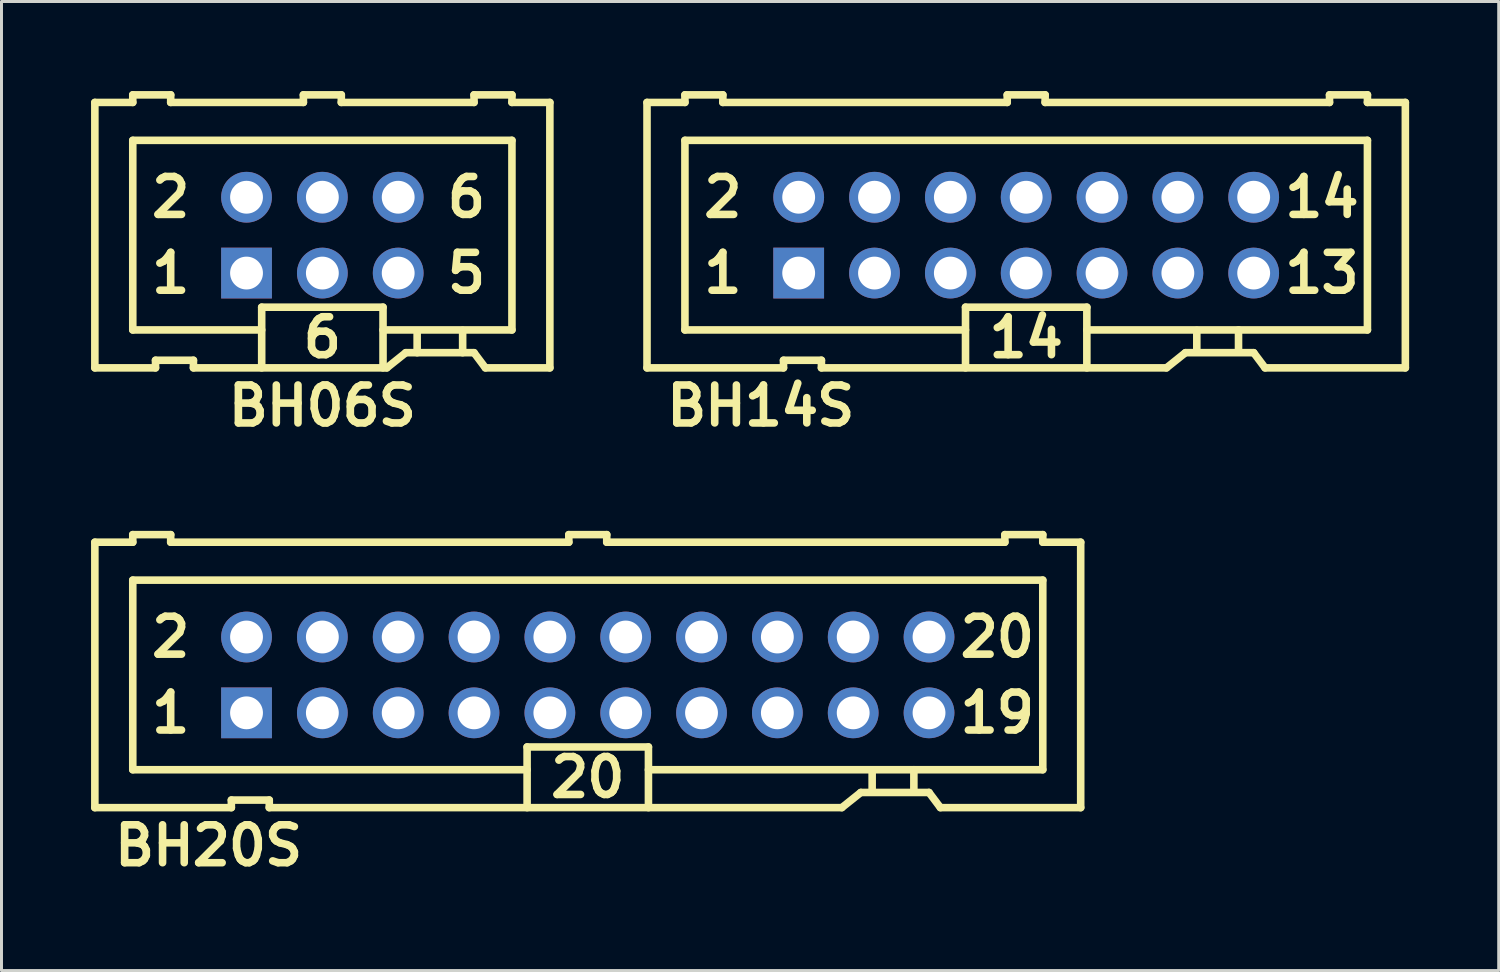
<source format=kicad_pcb>
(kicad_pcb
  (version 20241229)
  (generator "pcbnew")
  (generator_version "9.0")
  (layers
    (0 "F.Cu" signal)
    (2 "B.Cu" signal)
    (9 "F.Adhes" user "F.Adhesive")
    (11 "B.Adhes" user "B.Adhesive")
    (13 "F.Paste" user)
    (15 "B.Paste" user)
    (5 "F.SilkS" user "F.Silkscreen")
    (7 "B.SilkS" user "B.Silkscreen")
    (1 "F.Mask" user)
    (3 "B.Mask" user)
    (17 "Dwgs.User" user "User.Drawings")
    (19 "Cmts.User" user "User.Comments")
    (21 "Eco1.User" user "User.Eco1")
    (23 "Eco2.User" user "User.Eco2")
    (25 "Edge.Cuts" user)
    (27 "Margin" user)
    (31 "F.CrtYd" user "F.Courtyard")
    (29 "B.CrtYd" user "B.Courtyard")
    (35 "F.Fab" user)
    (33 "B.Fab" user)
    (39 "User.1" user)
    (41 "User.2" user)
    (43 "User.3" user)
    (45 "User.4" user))
  (footprint "BH14S"
    (layer "F.Cu")
    (at 31.321 4.826)
    (property "Reference" "BH14S" (at -8.89 5.715 0) (layer "F.SilkS") (effects (font (size 1.27 1.27) (thickness 0.254))))
    (attr through_hole)
    (fp_line (start -12.7 -4.445) (end -12.7 4.445) (stroke (width 0.254) (type solid)) (layer "F.SilkS"))
    (fp_line (start -12.7 -4.445) (end -11.43 -4.445) (stroke (width 0.254) (type solid)) (layer "F.SilkS"))
    (fp_line (start -12.7 4.445) (end -8.128 4.445) (stroke (width 0.254) (type solid)) (layer "F.SilkS"))
    (fp_line (start -11.43 -4.699) (end -11.43 -4.445) (stroke (width 0.254) (type solid)) (layer "F.SilkS"))
    (fp_line (start -11.43 -3.175) (end -11.43 3.175) (stroke (width 0.254) (type solid)) (layer "F.SilkS"))
    (fp_line (start -11.43 -3.175) (end 11.43 -3.175) (stroke (width 0.254) (type solid)) (layer "F.SilkS"))
    (fp_line (start -10.16 -4.699) (end -11.43 -4.699) (stroke (width 0.254) (type solid)) (layer "F.SilkS"))
    (fp_line (start -10.16 -4.699) (end -10.16 -4.445) (stroke (width 0.254) (type solid)) (layer "F.SilkS"))
    (fp_line (start -8.128 4.191) (end -8.128 4.445) (stroke (width 0.254) (type solid)) (layer "F.SilkS"))
    (fp_line (start -8.128 4.191) (end -6.858 4.191) (stroke (width 0.254) (type solid)) (layer "F.SilkS"))
    (fp_line (start -6.858 4.191) (end -6.858 4.445) (stroke (width 0.254) (type solid)) (layer "F.SilkS"))
    (fp_line (start -6.858 4.445) (end 4.699 4.445) (stroke (width 0.254) (type solid)) (layer "F.SilkS"))
    (fp_line (start -2.032 2.413) (end 2.032 2.413) (stroke (width 0.254) (type solid)) (layer "F.SilkS"))
    (fp_line (start -2.032 3.175) (end -11.43 3.175) (stroke (width 0.254) (type solid)) (layer "F.SilkS"))
    (fp_line (start -2.032 4.445) (end -2.032 2.413) (stroke (width 0.254) (type solid)) (layer "F.SilkS"))
    (fp_line (start -0.635 -4.699) (end -0.635 -4.445) (stroke (width 0.254) (type solid)) (layer "F.SilkS"))
    (fp_line (start -0.635 -4.445) (end -10.16 -4.445) (stroke (width 0.254) (type solid)) (layer "F.SilkS"))
    (fp_line (start 0.635 -4.699) (end -0.635 -4.699) (stroke (width 0.254) (type solid)) (layer "F.SilkS"))
    (fp_line (start 0.635 -4.699) (end 0.635 -4.445) (stroke (width 0.254) (type solid)) (layer "F.SilkS"))
    (fp_line (start 2.032 2.413) (end 2.032 4.445) (stroke (width 0.254) (type solid)) (layer "F.SilkS"))
    (fp_line (start 2.032 3.175) (end 11.43 3.175) (stroke (width 0.254) (type solid)) (layer "F.SilkS"))
    (fp_line (start 4.699 4.445) (end 5.334 3.937) (stroke (width 0.254) (type solid)) (layer "F.SilkS"))
    (fp_line (start 5.334 3.937) (end 7.62 3.937) (stroke (width 0.254) (type solid)) (layer "F.SilkS"))
    (fp_line (start 5.715 3.188) (end 5.715 3.835) (stroke (width 0.254) (type solid)) (layer "F.SilkS"))
    (fp_line (start 7.112 3.175) (end 7.112 3.835) (stroke (width 0.254) (type solid)) (layer "F.SilkS"))
    (fp_line (start 7.62 3.937) (end 8.001 4.445) (stroke (width 0.254) (type solid)) (layer "F.SilkS"))
    (fp_line (start 8.001 4.445) (end 12.7 4.445) (stroke (width 0.254) (type solid)) (layer "F.SilkS"))
    (fp_line (start 10.16 -4.699) (end 10.16 -4.445) (stroke (width 0.254) (type solid)) (layer "F.SilkS"))
    (fp_line (start 10.16 -4.445) (end 0.635 -4.445) (stroke (width 0.254) (type solid)) (layer "F.SilkS"))
    (fp_line (start 11.43 -4.699) (end 10.16 -4.699) (stroke (width 0.254) (type solid)) (layer "F.SilkS"))
    (fp_line (start 11.43 -4.699) (end 11.43 -4.445) (stroke (width 0.254) (type solid)) (layer "F.SilkS"))
    (fp_line (start 11.43 -3.175) (end 11.43 3.175) (stroke (width 0.254) (type solid)) (layer "F.SilkS"))
    (fp_line (start 12.7 -4.445) (end 11.43 -4.445) (stroke (width 0.254) (type solid)) (layer "F.SilkS"))
    (fp_line (start 12.7 -4.445) (end 12.7 4.445) (stroke (width 0.254) (type solid)) (layer "F.SilkS"))
    (fp_text user "14" (at 9.906 -1.27 0) (layer "F.SilkS") (effects (font (size 1.27 1.27) (thickness 0.254))))
    (fp_text user "1" (at -10.16 1.27 0) (layer "F.SilkS") (effects (font (size 1.27 1.27) (thickness 0.254))))
    (fp_text user "13" (at 9.906 1.27 0) (layer "F.SilkS") (effects (font (size 1.27 1.27) (thickness 0.254))))
    (fp_text user "14" (at 0 3.429 0) (layer "F.SilkS") (effects (font (size 1.27 1.27) (thickness 0.254))))
    (fp_text user "2" (at -10.16 -1.27 0) (layer "F.SilkS") (effects (font (size 1.27 1.27) (thickness 0.254))))
    (pad "1" thru_hole rect (at -7.62 1.27) (size 1.7 1.7) (drill 1.1) (layers "*.Cu" "*.Mask"))
    (pad "2" thru_hole circle (at -7.62 -1.27) (size 1.7 1.7) (drill 1.1) (layers "*.Cu" "*.Mask"))
    (pad "3" thru_hole circle (at -5.08 1.27) (size 1.7 1.7) (drill 1.1) (layers "*.Cu" "*.Mask"))
    (pad "4" thru_hole circle (at -5.08 -1.27) (size 1.7 1.7) (drill 1.1) (layers "*.Cu" "*.Mask"))
    (pad "5" thru_hole circle (at -2.54 1.27) (size 1.7 1.7) (drill 1.1) (layers "*.Cu" "*.Mask"))
    (pad "6" thru_hole circle (at -2.54 -1.27) (size 1.7 1.7) (drill 1.1) (layers "*.Cu" "*.Mask"))
    (pad "7" thru_hole circle (at 0 1.27) (size 1.7 1.7) (drill 1.1) (layers "*.Cu" "*.Mask"))
    (pad "8" thru_hole circle (at 0 -1.27) (size 1.7 1.7) (drill 1.1) (layers "*.Cu" "*.Mask"))
    (pad "9" thru_hole circle (at 2.54 1.27) (size 1.7 1.7) (drill 1.1) (layers "*.Cu" "*.Mask"))
    (pad "10" thru_hole circle (at 2.54 -1.27) (size 1.7 1.7) (drill 1.1) (layers "*.Cu" "*.Mask"))
    (pad "11" thru_hole circle (at 5.08 1.27) (size 1.7 1.7) (drill 1.1) (layers "*.Cu" "*.Mask"))
    (pad "12" thru_hole circle (at 5.08 -1.27) (size 1.7 1.7) (drill 1.1) (layers "*.Cu" "*.Mask"))
    (pad "13" thru_hole circle (at 7.62 1.27) (size 1.7 1.7) (drill 1.1) (layers "*.Cu" "*.Mask"))
    (pad "14" thru_hole circle (at 7.62 -1.27) (size 1.7 1.7) (drill 1.1) (layers "*.Cu" "*.Mask")))
  (footprint "BH20S"
    (layer "F.Cu")
    (at 16.637 19.556)
    (property "Reference" "BH20S" (at -12.7 5.715 0) (layer "F.SilkS") (effects (font (size 1.27 1.27) (thickness 0.254))))
    (attr through_hole)
    (fp_line (start -16.51 -4.445) (end -16.51 4.445) (stroke (width 0.254) (type solid)) (layer "F.SilkS"))
    (fp_line (start -16.51 -4.445) (end -15.24 -4.445) (stroke (width 0.254) (type solid)) (layer "F.SilkS"))
    (fp_line (start -16.51 4.445) (end -11.938 4.445) (stroke (width 0.254) (type solid)) (layer "F.SilkS"))
    (fp_line (start -15.24 -4.699) (end -15.24 -4.445) (stroke (width 0.254) (type solid)) (layer "F.SilkS"))
    (fp_line (start -15.24 -3.175) (end -15.24 3.175) (stroke (width 0.254) (type solid)) (layer "F.SilkS"))
    (fp_line (start -15.24 -3.175) (end 15.24 -3.175) (stroke (width 0.254) (type solid)) (layer "F.SilkS"))
    (fp_line (start -13.97 -4.699) (end -15.24 -4.699) (stroke (width 0.254) (type solid)) (layer "F.SilkS"))
    (fp_line (start -13.97 -4.699) (end -13.97 -4.445) (stroke (width 0.254) (type solid)) (layer "F.SilkS"))
    (fp_line (start -11.938 4.191) (end -11.938 4.445) (stroke (width 0.254) (type solid)) (layer "F.SilkS"))
    (fp_line (start -11.938 4.191) (end -10.668 4.191) (stroke (width 0.254) (type solid)) (layer "F.SilkS"))
    (fp_line (start -10.668 4.191) (end -10.668 4.445) (stroke (width 0.254) (type solid)) (layer "F.SilkS"))
    (fp_line (start -10.668 4.445) (end 8.509 4.445) (stroke (width 0.254) (type solid)) (layer "F.SilkS"))
    (fp_line (start -2.032 2.413) (end 2.032 2.413) (stroke (width 0.254) (type solid)) (layer "F.SilkS"))
    (fp_line (start -2.032 3.175) (end -15.24 3.175) (stroke (width 0.254) (type solid)) (layer "F.SilkS"))
    (fp_line (start -2.032 4.445) (end -2.032 2.413) (stroke (width 0.254) (type solid)) (layer "F.SilkS"))
    (fp_line (start -0.635 -4.699) (end -0.635 -4.445) (stroke (width 0.254) (type solid)) (layer "F.SilkS"))
    (fp_line (start -0.635 -4.445) (end -13.97 -4.445) (stroke (width 0.254) (type solid)) (layer "F.SilkS"))
    (fp_line (start 0.635 -4.699) (end -0.635 -4.699) (stroke (width 0.254) (type solid)) (layer "F.SilkS"))
    (fp_line (start 0.635 -4.699) (end 0.635 -4.445) (stroke (width 0.254) (type solid)) (layer "F.SilkS"))
    (fp_line (start 2.032 2.413) (end 2.032 4.445) (stroke (width 0.254) (type solid)) (layer "F.SilkS"))
    (fp_line (start 2.032 3.175) (end 15.24 3.175) (stroke (width 0.254) (type solid)) (layer "F.SilkS"))
    (fp_line (start 8.509 4.445) (end 9.144 3.937) (stroke (width 0.254) (type solid)) (layer "F.SilkS"))
    (fp_line (start 9.144 3.937) (end 11.43 3.937) (stroke (width 0.254) (type solid)) (layer "F.SilkS"))
    (fp_line (start 9.525 3.188) (end 9.525 3.835) (stroke (width 0.254) (type solid)) (layer "F.SilkS"))
    (fp_line (start 10.922 3.175) (end 10.922 3.835) (stroke (width 0.254) (type solid)) (layer "F.SilkS"))
    (fp_line (start 11.43 3.937) (end 11.811 4.445) (stroke (width 0.254) (type solid)) (layer "F.SilkS"))
    (fp_line (start 11.811 4.445) (end 16.51 4.445) (stroke (width 0.254) (type solid)) (layer "F.SilkS"))
    (fp_line (start 13.97 -4.699) (end 13.97 -4.445) (stroke (width 0.254) (type solid)) (layer "F.SilkS"))
    (fp_line (start 13.97 -4.445) (end 0.635 -4.445) (stroke (width 0.254) (type solid)) (layer "F.SilkS"))
    (fp_line (start 15.24 -4.699) (end 13.97 -4.699) (stroke (width 0.254) (type solid)) (layer "F.SilkS"))
    (fp_line (start 15.24 -4.699) (end 15.24 -4.445) (stroke (width 0.254) (type solid)) (layer "F.SilkS"))
    (fp_line (start 15.24 -3.175) (end 15.24 3.175) (stroke (width 0.254) (type solid)) (layer "F.SilkS"))
    (fp_line (start 16.51 -4.445) (end 15.24 -4.445) (stroke (width 0.254) (type solid)) (layer "F.SilkS"))
    (fp_line (start 16.51 -4.445) (end 16.51 4.445) (stroke (width 0.254) (type solid)) (layer "F.SilkS"))
    (fp_text user "1" (at -13.97 1.27 0) (layer "F.SilkS") (effects (font (size 1.27 1.27) (thickness 0.254))))
    (fp_text user "2" (at -13.97 -1.27 0) (layer "F.SilkS") (effects (font (size 1.27 1.27) (thickness 0.254))))
    (fp_text user "19" (at 13.716 1.27 0) (layer "F.SilkS") (effects (font (size 1.27 1.27) (thickness 0.254))))
    (fp_text user "20" (at 13.716 -1.27 0) (layer "F.SilkS") (effects (font (size 1.27 1.27) (thickness 0.254))))
    (fp_text user "20" (at 0 3.429 0) (layer "F.SilkS") (effects (font (size 1.27 1.27) (thickness 0.254))))
    (pad "1" thru_hole rect (at -11.43 1.27) (size 1.7 1.7) (drill 1.1) (layers "*.Cu" "*.Mask"))
    (pad "2" thru_hole circle (at -11.43 -1.27) (size 1.7 1.7) (drill 1.1) (layers "*.Cu" "*.Mask"))
    (pad "3" thru_hole circle (at -8.89 1.27) (size 1.7 1.7) (drill 1.1) (layers "*.Cu" "*.Mask"))
    (pad "4" thru_hole circle (at -8.89 -1.27) (size 1.7 1.7) (drill 1.1) (layers "*.Cu" "*.Mask"))
    (pad "5" thru_hole circle (at -6.35 1.27) (size 1.7 1.7) (drill 1.1) (layers "*.Cu" "*.Mask"))
    (pad "6" thru_hole circle (at -6.35 -1.27) (size 1.7 1.7) (drill 1.1) (layers "*.Cu" "*.Mask"))
    (pad "7" thru_hole circle (at -3.81 1.27) (size 1.7 1.7) (drill 1.1) (layers "*.Cu" "*.Mask"))
    (pad "8" thru_hole circle (at -3.81 -1.27) (size 1.7 1.7) (drill 1.1) (layers "*.Cu" "*.Mask"))
    (pad "9" thru_hole circle (at -1.27 1.27) (size 1.7 1.7) (drill 1.1) (layers "*.Cu" "*.Mask"))
    (pad "10" thru_hole circle (at -1.27 -1.27) (size 1.7 1.7) (drill 1.1) (layers "*.Cu" "*.Mask"))
    (pad "11" thru_hole circle (at 1.27 1.27) (size 1.7 1.7) (drill 1.1) (layers "*.Cu" "*.Mask"))
    (pad "12" thru_hole circle (at 1.27 -1.27) (size 1.7 1.7) (drill 1.1) (layers "*.Cu" "*.Mask"))
    (pad "13" thru_hole circle (at 3.81 1.27) (size 1.7 1.7) (drill 1.1) (layers "*.Cu" "*.Mask"))
    (pad "14" thru_hole circle (at 3.81 -1.27) (size 1.7 1.7) (drill 1.1) (layers "*.Cu" "*.Mask"))
    (pad "15" thru_hole circle (at 6.35 1.27) (size 1.7 1.7) (drill 1.1) (layers "*.Cu" "*.Mask"))
    (pad "16" thru_hole circle (at 6.35 -1.27) (size 1.7 1.7) (drill 1.1) (layers "*.Cu" "*.Mask"))
    (pad "17" thru_hole circle (at 8.89 1.27) (size 1.7 1.7) (drill 1.1) (layers "*.Cu" "*.Mask"))
    (pad "18" thru_hole circle (at 8.89 -1.27) (size 1.7 1.7) (drill 1.1) (layers "*.Cu" "*.Mask"))
    (pad "19" thru_hole circle (at 11.43 1.27) (size 1.7 1.7) (drill 1.1) (layers "*.Cu" "*.Mask"))
    (pad "20" thru_hole circle (at 11.43 -1.27) (size 1.7 1.7) (drill 1.1) (layers "*.Cu" "*.Mask")))
  (footprint "BH06S"
    (layer "F.Cu")
    (at 7.747 4.826)
    (property "Reference" "BH06S" (at 0 5.715 0) (layer "F.SilkS") (effects (font (size 1.27 1.27) (thickness 0.254))))
    (attr through_hole)
    (fp_line (start -7.62 -4.445) (end -7.62 4.445) (stroke (width 0.254) (type solid)) (layer "F.SilkS"))
    (fp_line (start -7.62 -4.445) (end -6.35 -4.445) (stroke (width 0.254) (type solid)) (layer "F.SilkS"))
    (fp_line (start -7.62 4.445) (end -5.588 4.445) (stroke (width 0.254) (type solid)) (layer "F.SilkS"))
    (fp_line (start -6.35 -4.699) (end -6.35 -4.445) (stroke (width 0.254) (type solid)) (layer "F.SilkS"))
    (fp_line (start -6.35 -3.175) (end -6.35 3.175) (stroke (width 0.254) (type solid)) (layer "F.SilkS"))
    (fp_line (start -6.35 -3.175) (end 6.35 -3.175) (stroke (width 0.254) (type solid)) (layer "F.SilkS"))
    (fp_line (start -5.588 4.191) (end -5.588 4.445) (stroke (width 0.254) (type solid)) (layer "F.SilkS"))
    (fp_line (start -5.588 4.191) (end -4.318 4.191) (stroke (width 0.254) (type solid)) (layer "F.SilkS"))
    (fp_line (start -5.08 -4.699) (end -6.35 -4.699) (stroke (width 0.254) (type solid)) (layer "F.SilkS"))
    (fp_line (start -5.08 -4.699) (end -5.08 -4.445) (stroke (width 0.254) (type solid)) (layer "F.SilkS"))
    (fp_line (start -4.318 4.191) (end -4.318 4.445) (stroke (width 0.254) (type solid)) (layer "F.SilkS"))
    (fp_line (start -4.318 4.445) (end 2.159 4.445) (stroke (width 0.254) (type solid)) (layer "F.SilkS"))
    (fp_line (start -2.032 2.413) (end 2.032 2.413) (stroke (width 0.254) (type solid)) (layer "F.SilkS"))
    (fp_line (start -2.032 3.175) (end -6.35 3.175) (stroke (width 0.254) (type solid)) (layer "F.SilkS"))
    (fp_line (start -2.032 4.445) (end -2.032 2.413) (stroke (width 0.254) (type solid)) (layer "F.SilkS"))
    (fp_line (start -0.635 -4.699) (end -0.635 -4.445) (stroke (width 0.254) (type solid)) (layer "F.SilkS"))
    (fp_line (start -0.635 -4.445) (end -5.08 -4.445) (stroke (width 0.254) (type solid)) (layer "F.SilkS"))
    (fp_line (start 0.635 -4.699) (end -0.635 -4.699) (stroke (width 0.254) (type solid)) (layer "F.SilkS"))
    (fp_line (start 0.635 -4.699) (end 0.635 -4.445) (stroke (width 0.254) (type solid)) (layer "F.SilkS"))
    (fp_line (start 2.032 2.413) (end 2.032 4.445) (stroke (width 0.254) (type solid)) (layer "F.SilkS"))
    (fp_line (start 2.032 3.175) (end 6.35 3.175) (stroke (width 0.254) (type solid)) (layer "F.SilkS"))
    (fp_line (start 2.159 4.445) (end 2.794 3.937) (stroke (width 0.254) (type solid)) (layer "F.SilkS"))
    (fp_line (start 2.794 3.937) (end 5.08 3.937) (stroke (width 0.254) (type solid)) (layer "F.SilkS"))
    (fp_line (start 3.175 3.277) (end 3.175 3.937) (stroke (width 0.254) (type solid)) (layer "F.SilkS"))
    (fp_line (start 4.699 3.188) (end 4.699 3.937) (stroke (width 0.254) (type solid)) (layer "F.SilkS"))
    (fp_line (start 5.08 -4.699) (end 5.08 -4.445) (stroke (width 0.254) (type solid)) (layer "F.SilkS"))
    (fp_line (start 5.08 -4.445) (end 0.635 -4.445) (stroke (width 0.254) (type solid)) (layer "F.SilkS"))
    (fp_line (start 5.08 3.937) (end 5.461 4.445) (stroke (width 0.254) (type solid)) (layer "F.SilkS"))
    (fp_line (start 5.461 4.445) (end 7.62 4.445) (stroke (width 0.254) (type solid)) (layer "F.SilkS"))
    (fp_line (start 6.35 -4.699) (end 5.08 -4.699) (stroke (width 0.254) (type solid)) (layer "F.SilkS"))
    (fp_line (start 6.35 -4.699) (end 6.35 -4.445) (stroke (width 0.254) (type solid)) (layer "F.SilkS"))
    (fp_line (start 6.35 -3.175) (end 6.35 3.175) (stroke (width 0.254) (type solid)) (layer "F.SilkS"))
    (fp_line (start 7.62 -4.445) (end 6.35 -4.445) (stroke (width 0.254) (type solid)) (layer "F.SilkS"))
    (fp_line (start 7.62 -4.445) (end 7.62 4.445) (stroke (width 0.254) (type solid)) (layer "F.SilkS"))
    (fp_text user "5" (at 4.826 1.27 0) (layer "F.SilkS") (effects (font (size 1.27 1.27) (thickness 0.254))))
    (fp_text user "6" (at 0 3.429 0) (layer "F.SilkS") (effects (font (size 1.27 1.27) (thickness 0.254))))
    (fp_text user "2" (at -5.08 -1.27 0) (layer "F.SilkS") (effects (font (size 1.27 1.27) (thickness 0.254))))
    (fp_text user "1" (at -5.08 1.27 0) (layer "F.SilkS") (effects (font (size 1.27 1.27) (thickness 0.254))))
    (fp_text user "6" (at 4.826 -1.27 0) (layer "F.SilkS") (effects (font (size 1.27 1.27) (thickness 0.254))))
    (pad "1" thru_hole rect (at -2.54 1.27) (size 1.7 1.7) (drill 1.1) (layers "*.Cu" "*.Mask"))
    (pad "2" thru_hole circle (at -2.54 -1.27) (size 1.7 1.7) (drill 1.1) (layers "*.Cu" "*.Mask"))
    (pad "3" thru_hole circle (at 0 1.27) (size 1.7 1.7) (drill 1.1) (layers "*.Cu" "*.Mask"))
    (pad "4" thru_hole circle (at 0 -1.27) (size 1.7 1.7) (drill 1.1) (layers "*.Cu" "*.Mask"))
    (pad "5" thru_hole circle (at 2.54 1.27) (size 1.7 1.7) (drill 1.1) (layers "*.Cu" "*.Mask"))
    (pad "6" thru_hole circle (at 2.54 -1.27) (size 1.7 1.7) (drill 1.1) (layers "*.Cu" "*.Mask")))
  (gr_rect
    (start -3 -3)
    (end 47.148 29.459)
    (stroke (width 0.1) (type default))
    (fill no)
    (layer "Edge.Cuts")))
</source>
